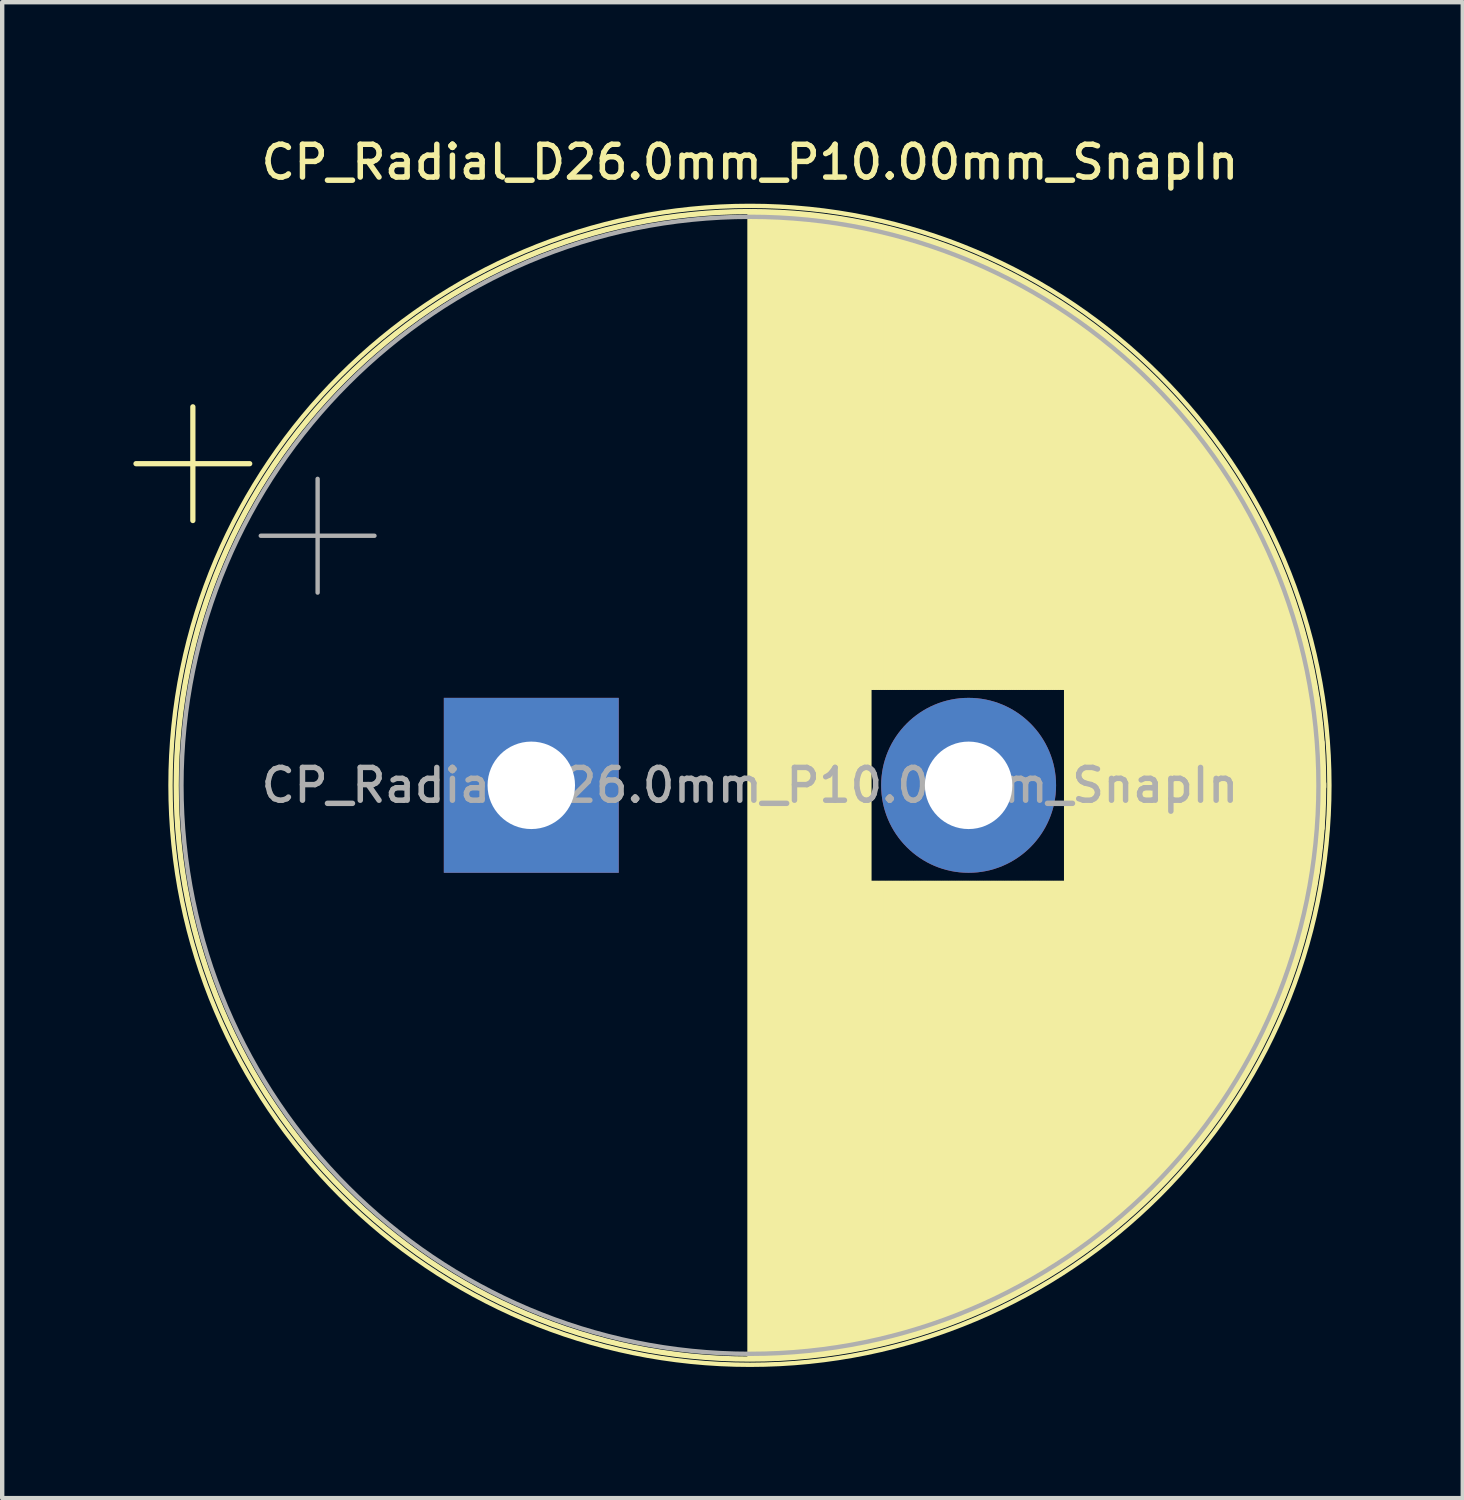
<source format=kicad_pcb>
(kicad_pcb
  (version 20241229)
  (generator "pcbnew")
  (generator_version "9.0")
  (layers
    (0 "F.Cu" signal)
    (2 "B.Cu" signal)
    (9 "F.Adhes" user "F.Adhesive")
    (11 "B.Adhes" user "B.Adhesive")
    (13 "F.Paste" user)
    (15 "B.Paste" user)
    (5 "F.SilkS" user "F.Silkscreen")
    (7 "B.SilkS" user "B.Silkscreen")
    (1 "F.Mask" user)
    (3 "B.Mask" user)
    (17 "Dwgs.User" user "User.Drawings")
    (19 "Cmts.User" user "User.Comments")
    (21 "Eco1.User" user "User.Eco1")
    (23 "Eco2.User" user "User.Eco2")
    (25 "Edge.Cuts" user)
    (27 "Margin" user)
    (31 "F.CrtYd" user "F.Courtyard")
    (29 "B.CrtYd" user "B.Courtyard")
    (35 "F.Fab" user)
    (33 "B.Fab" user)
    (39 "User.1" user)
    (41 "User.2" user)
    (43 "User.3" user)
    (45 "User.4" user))
  (footprint "CP_Radial_D26.0mm_P10.00mm_SnapIn"
    (layer "F.Cu")
    (at 9.099 14.908)
    (property "Reference" "CP_Radial_D26.0mm_P10.00mm_SnapIn" (at 5 -14.25 0) (layer "F.SilkS") (effects (font (size 0.75 0.75) (thickness 0.125))))
    (attr through_hole)
    (fp_line (start -9.039 -7.355) (end -6.439 -7.355) (stroke (width 0.12) (type solid)) (layer "F.SilkS"))
    (fp_line (start -7.739 -8.655) (end -7.739 -6.055) (stroke (width 0.12) (type solid)) (layer "F.SilkS"))
    (fp_line (start 5 -13.081) (end 5 13.081) (stroke (width 0.12) (type solid)) (layer "F.SilkS"))
    (fp_line (start 5.04 -13.08) (end 5.04 13.08) (stroke (width 0.12) (type solid)) (layer "F.SilkS"))
    (fp_line (start 5.08 -13.08) (end 5.08 13.08) (stroke (width 0.12) (type solid)) (layer "F.SilkS"))
    (fp_line (start 5.12 -13.08) (end 5.12 13.08) (stroke (width 0.12) (type solid)) (layer "F.SilkS"))
    (fp_line (start 5.16 -13.08) (end 5.16 13.08) (stroke (width 0.12) (type solid)) (layer "F.SilkS"))
    (fp_line (start 5.2 -13.079) (end 5.2 13.079) (stroke (width 0.12) (type solid)) (layer "F.SilkS"))
    (fp_line (start 5.24 -13.078) (end 5.24 13.078) (stroke (width 0.12) (type solid)) (layer "F.SilkS"))
    (fp_line (start 5.28 -13.078) (end 5.28 13.078) (stroke (width 0.12) (type solid)) (layer "F.SilkS"))
    (fp_line (start 5.32 -13.077) (end 5.32 13.077) (stroke (width 0.12) (type solid)) (layer "F.SilkS"))
    (fp_line (start 5.36 -13.076) (end 5.36 13.076) (stroke (width 0.12) (type solid)) (layer "F.SilkS"))
    (fp_line (start 5.4 -13.074) (end 5.4 13.074) (stroke (width 0.12) (type solid)) (layer "F.SilkS"))
    (fp_line (start 5.44 -13.073) (end 5.44 13.073) (stroke (width 0.12) (type solid)) (layer "F.SilkS"))
    (fp_line (start 5.48 -13.072) (end 5.48 13.072) (stroke (width 0.12) (type solid)) (layer "F.SilkS"))
    (fp_line (start 5.52 -13.07) (end 5.52 13.07) (stroke (width 0.12) (type solid)) (layer "F.SilkS"))
    (fp_line (start 5.56 -13.069) (end 5.56 13.069) (stroke (width 0.12) (type solid)) (layer "F.SilkS"))
    (fp_line (start 5.6 -13.067) (end 5.6 13.067) (stroke (width 0.12) (type solid)) (layer "F.SilkS"))
    (fp_line (start 5.64 -13.065) (end 5.64 13.065) (stroke (width 0.12) (type solid)) (layer "F.SilkS"))
    (fp_line (start 5.68 -13.063) (end 5.68 13.063) (stroke (width 0.12) (type solid)) (layer "F.SilkS"))
    (fp_line (start 5.721 -13.061) (end 5.721 13.061) (stroke (width 0.12) (type solid)) (layer "F.SilkS"))
    (fp_line (start 5.761 -13.058) (end 5.761 13.058) (stroke (width 0.12) (type solid)) (layer "F.SilkS"))
    (fp_line (start 5.801 -13.056) (end 5.801 13.056) (stroke (width 0.12) (type solid)) (layer "F.SilkS"))
    (fp_line (start 5.841 -13.054) (end 5.841 13.054) (stroke (width 0.12) (type solid)) (layer "F.SilkS"))
    (fp_line (start 5.881 -13.051) (end 5.881 13.051) (stroke (width 0.12) (type solid)) (layer "F.SilkS"))
    (fp_line (start 5.921 -13.048) (end 5.921 13.048) (stroke (width 0.12) (type solid)) (layer "F.SilkS"))
    (fp_line (start 5.961 -13.045) (end 5.961 13.045) (stroke (width 0.12) (type solid)) (layer "F.SilkS"))
    (fp_line (start 6.001 -13.042) (end 6.001 13.042) (stroke (width 0.12) (type solid)) (layer "F.SilkS"))
    (fp_line (start 6.041 -13.039) (end 6.041 13.039) (stroke (width 0.12) (type solid)) (layer "F.SilkS"))
    (fp_line (start 6.081 -13.036) (end 6.081 13.036) (stroke (width 0.12) (type solid)) (layer "F.SilkS"))
    (fp_line (start 6.121 -13.033) (end 6.121 13.033) (stroke (width 0.12) (type solid)) (layer "F.SilkS"))
    (fp_line (start 6.161 -13.029) (end 6.161 13.029) (stroke (width 0.12) (type solid)) (layer "F.SilkS"))
    (fp_line (start 6.201 -13.026) (end 6.201 13.026) (stroke (width 0.12) (type solid)) (layer "F.SilkS"))
    (fp_line (start 6.241 -13.022) (end 6.241 13.022) (stroke (width 0.12) (type solid)) (layer "F.SilkS"))
    (fp_line (start 6.281 -13.018) (end 6.281 13.018) (stroke (width 0.12) (type solid)) (layer "F.SilkS"))
    (fp_line (start 6.321 -13.014) (end 6.321 13.014) (stroke (width 0.12) (type solid)) (layer "F.SilkS"))
    (fp_line (start 6.361 -13.01) (end 6.361 13.01) (stroke (width 0.12) (type solid)) (layer "F.SilkS"))
    (fp_line (start 6.401 -13.006) (end 6.401 13.006) (stroke (width 0.12) (type solid)) (layer "F.SilkS"))
    (fp_line (start 6.441 -13.001) (end 6.441 13.001) (stroke (width 0.12) (type solid)) (layer "F.SilkS"))
    (fp_line (start 6.481 -12.997) (end 6.481 12.997) (stroke (width 0.12) (type solid)) (layer "F.SilkS"))
    (fp_line (start 6.521 -12.992) (end 6.521 12.992) (stroke (width 0.12) (type solid)) (layer "F.SilkS"))
    (fp_line (start 6.561 -12.987) (end 6.561 12.987) (stroke (width 0.12) (type solid)) (layer "F.SilkS"))
    (fp_line (start 6.601 -12.983) (end 6.601 12.983) (stroke (width 0.12) (type solid)) (layer "F.SilkS"))
    (fp_line (start 6.641 -12.978) (end 6.641 12.978) (stroke (width 0.12) (type solid)) (layer "F.SilkS"))
    (fp_line (start 6.681 -12.972) (end 6.681 12.972) (stroke (width 0.12) (type solid)) (layer "F.SilkS"))
    (fp_line (start 6.721 -12.967) (end 6.721 12.967) (stroke (width 0.12) (type solid)) (layer "F.SilkS"))
    (fp_line (start 6.761 -12.962) (end 6.761 12.962) (stroke (width 0.12) (type solid)) (layer "F.SilkS"))
    (fp_line (start 6.801 -12.956) (end 6.801 12.956) (stroke (width 0.12) (type solid)) (layer "F.SilkS"))
    (fp_line (start 6.841 -12.951) (end 6.841 12.951) (stroke (width 0.12) (type solid)) (layer "F.SilkS"))
    (fp_line (start 6.881 -12.945) (end 6.881 12.945) (stroke (width 0.12) (type solid)) (layer "F.SilkS"))
    (fp_line (start 6.921 -12.939) (end 6.921 12.939) (stroke (width 0.12) (type solid)) (layer "F.SilkS"))
    (fp_line (start 6.961 -12.933) (end 6.961 12.933) (stroke (width 0.12) (type solid)) (layer "F.SilkS"))
    (fp_line (start 7.001 -12.927) (end 7.001 12.927) (stroke (width 0.12) (type solid)) (layer "F.SilkS"))
    (fp_line (start 7.041 -12.921) (end 7.041 12.921) (stroke (width 0.12) (type solid)) (layer "F.SilkS"))
    (fp_line (start 7.081 -12.915) (end 7.081 12.915) (stroke (width 0.12) (type solid)) (layer "F.SilkS"))
    (fp_line (start 7.121 -12.908) (end 7.121 12.908) (stroke (width 0.12) (type solid)) (layer "F.SilkS"))
    (fp_line (start 7.161 -12.901) (end 7.161 12.901) (stroke (width 0.12) (type solid)) (layer "F.SilkS"))
    (fp_line (start 7.201 -12.895) (end 7.201 12.895) (stroke (width 0.12) (type solid)) (layer "F.SilkS"))
    (fp_line (start 7.241 -12.888) (end 7.241 12.888) (stroke (width 0.12) (type solid)) (layer "F.SilkS"))
    (fp_line (start 7.281 -12.881) (end 7.281 12.881) (stroke (width 0.12) (type solid)) (layer "F.SilkS"))
    (fp_line (start 7.321 -12.874) (end 7.321 12.874) (stroke (width 0.12) (type solid)) (layer "F.SilkS"))
    (fp_line (start 7.361 -12.866) (end 7.361 12.866) (stroke (width 0.12) (type solid)) (layer "F.SilkS"))
    (fp_line (start 7.401 -12.859) (end 7.401 12.859) (stroke (width 0.12) (type solid)) (layer "F.SilkS"))
    (fp_line (start 7.441 -12.852) (end 7.441 12.852) (stroke (width 0.12) (type solid)) (layer "F.SilkS"))
    (fp_line (start 7.481 -12.844) (end 7.481 12.844) (stroke (width 0.12) (type solid)) (layer "F.SilkS"))
    (fp_line (start 7.521 -12.836) (end 7.521 12.836) (stroke (width 0.12) (type solid)) (layer "F.SilkS"))
    (fp_line (start 7.561 -12.828) (end 7.561 12.828) (stroke (width 0.12) (type solid)) (layer "F.SilkS"))
    (fp_line (start 7.601 -12.82) (end 7.601 12.82) (stroke (width 0.12) (type solid)) (layer "F.SilkS"))
    (fp_line (start 7.641 -12.812) (end 7.641 12.812) (stroke (width 0.12) (type solid)) (layer "F.SilkS"))
    (fp_line (start 7.681 -12.804) (end 7.681 12.804) (stroke (width 0.12) (type solid)) (layer "F.SilkS"))
    (fp_line (start 7.721 -12.795) (end 7.721 12.795) (stroke (width 0.12) (type solid)) (layer "F.SilkS"))
    (fp_line (start 7.761 -12.787) (end 7.761 -2.24) (stroke (width 0.12) (type solid)) (layer "F.SilkS"))
    (fp_line (start 7.761 2.24) (end 7.761 12.787) (stroke (width 0.12) (type solid)) (layer "F.SilkS"))
    (fp_line (start 7.801 -12.778) (end 7.801 -2.24) (stroke (width 0.12) (type solid)) (layer "F.SilkS"))
    (fp_line (start 7.801 2.24) (end 7.801 12.778) (stroke (width 0.12) (type solid)) (layer "F.SilkS"))
    (fp_line (start 7.841 -12.769) (end 7.841 -2.24) (stroke (width 0.12) (type solid)) (layer "F.SilkS"))
    (fp_line (start 7.841 2.24) (end 7.841 12.769) (stroke (width 0.12) (type solid)) (layer "F.SilkS"))
    (fp_line (start 7.881 -12.761) (end 7.881 -2.24) (stroke (width 0.12) (type solid)) (layer "F.SilkS"))
    (fp_line (start 7.881 2.24) (end 7.881 12.761) (stroke (width 0.12) (type solid)) (layer "F.SilkS"))
    (fp_line (start 7.921 -12.751) (end 7.921 -2.24) (stroke (width 0.12) (type solid)) (layer "F.SilkS"))
    (fp_line (start 7.921 2.24) (end 7.921 12.751) (stroke (width 0.12) (type solid)) (layer "F.SilkS"))
    (fp_line (start 7.961 -12.742) (end 7.961 -2.24) (stroke (width 0.12) (type solid)) (layer "F.SilkS"))
    (fp_line (start 7.961 2.24) (end 7.961 12.742) (stroke (width 0.12) (type solid)) (layer "F.SilkS"))
    (fp_line (start 8.001 -12.733) (end 8.001 -2.24) (stroke (width 0.12) (type solid)) (layer "F.SilkS"))
    (fp_line (start 8.001 2.24) (end 8.001 12.733) (stroke (width 0.12) (type solid)) (layer "F.SilkS"))
    (fp_line (start 8.041 -12.723) (end 8.041 -2.24) (stroke (width 0.12) (type solid)) (layer "F.SilkS"))
    (fp_line (start 8.041 2.24) (end 8.041 12.723) (stroke (width 0.12) (type solid)) (layer "F.SilkS"))
    (fp_line (start 8.081 -12.714) (end 8.081 -2.24) (stroke (width 0.12) (type solid)) (layer "F.SilkS"))
    (fp_line (start 8.081 2.24) (end 8.081 12.714) (stroke (width 0.12) (type solid)) (layer "F.SilkS"))
    (fp_line (start 8.121 -12.704) (end 8.121 -2.24) (stroke (width 0.12) (type solid)) (layer "F.SilkS"))
    (fp_line (start 8.121 2.24) (end 8.121 12.704) (stroke (width 0.12) (type solid)) (layer "F.SilkS"))
    (fp_line (start 8.161 -12.694) (end 8.161 -2.24) (stroke (width 0.12) (type solid)) (layer "F.SilkS"))
    (fp_line (start 8.161 2.24) (end 8.161 12.694) (stroke (width 0.12) (type solid)) (layer "F.SilkS"))
    (fp_line (start 8.201 -12.684) (end 8.201 -2.24) (stroke (width 0.12) (type solid)) (layer "F.SilkS"))
    (fp_line (start 8.201 2.24) (end 8.201 12.684) (stroke (width 0.12) (type solid)) (layer "F.SilkS"))
    (fp_line (start 8.241 -12.674) (end 8.241 -2.24) (stroke (width 0.12) (type solid)) (layer "F.SilkS"))
    (fp_line (start 8.241 2.24) (end 8.241 12.674) (stroke (width 0.12) (type solid)) (layer "F.SilkS"))
    (fp_line (start 8.281 -12.664) (end 8.281 -2.24) (stroke (width 0.12) (type solid)) (layer "F.SilkS"))
    (fp_line (start 8.281 2.24) (end 8.281 12.664) (stroke (width 0.12) (type solid)) (layer "F.SilkS"))
    (fp_line (start 8.321 -12.653) (end 8.321 -2.24) (stroke (width 0.12) (type solid)) (layer "F.SilkS"))
    (fp_line (start 8.321 2.24) (end 8.321 12.653) (stroke (width 0.12) (type solid)) (layer "F.SilkS"))
    (fp_line (start 8.361 -12.643) (end 8.361 -2.24) (stroke (width 0.12) (type solid)) (layer "F.SilkS"))
    (fp_line (start 8.361 2.24) (end 8.361 12.643) (stroke (width 0.12) (type solid)) (layer "F.SilkS"))
    (fp_line (start 8.401 -12.632) (end 8.401 -2.24) (stroke (width 0.12) (type solid)) (layer "F.SilkS"))
    (fp_line (start 8.401 2.24) (end 8.401 12.632) (stroke (width 0.12) (type solid)) (layer "F.SilkS"))
    (fp_line (start 8.441 -12.621) (end 8.441 -2.24) (stroke (width 0.12) (type solid)) (layer "F.SilkS"))
    (fp_line (start 8.441 2.24) (end 8.441 12.621) (stroke (width 0.12) (type solid)) (layer "F.SilkS"))
    (fp_line (start 8.481 -12.611) (end 8.481 -2.24) (stroke (width 0.12) (type solid)) (layer "F.SilkS"))
    (fp_line (start 8.481 2.24) (end 8.481 12.611) (stroke (width 0.12) (type solid)) (layer "F.SilkS"))
    (fp_line (start 8.521 -12.599) (end 8.521 -2.24) (stroke (width 0.12) (type solid)) (layer "F.SilkS"))
    (fp_line (start 8.521 2.24) (end 8.521 12.599) (stroke (width 0.12) (type solid)) (layer "F.SilkS"))
    (fp_line (start 8.561 -12.588) (end 8.561 -2.24) (stroke (width 0.12) (type solid)) (layer "F.SilkS"))
    (fp_line (start 8.561 2.24) (end 8.561 12.588) (stroke (width 0.12) (type solid)) (layer "F.SilkS"))
    (fp_line (start 8.601 -12.577) (end 8.601 -2.24) (stroke (width 0.12) (type solid)) (layer "F.SilkS"))
    (fp_line (start 8.601 2.24) (end 8.601 12.577) (stroke (width 0.12) (type solid)) (layer "F.SilkS"))
    (fp_line (start 8.641 -12.565) (end 8.641 -2.24) (stroke (width 0.12) (type solid)) (layer "F.SilkS"))
    (fp_line (start 8.641 2.24) (end 8.641 12.565) (stroke (width 0.12) (type solid)) (layer "F.SilkS"))
    (fp_line (start 8.681 -12.554) (end 8.681 -2.24) (stroke (width 0.12) (type solid)) (layer "F.SilkS"))
    (fp_line (start 8.681 2.24) (end 8.681 12.554) (stroke (width 0.12) (type solid)) (layer "F.SilkS"))
    (fp_line (start 8.721 -12.542) (end 8.721 -2.24) (stroke (width 0.12) (type solid)) (layer "F.SilkS"))
    (fp_line (start 8.721 2.24) (end 8.721 12.542) (stroke (width 0.12) (type solid)) (layer "F.SilkS"))
    (fp_line (start 8.761 -12.53) (end 8.761 -2.24) (stroke (width 0.12) (type solid)) (layer "F.SilkS"))
    (fp_line (start 8.761 2.24) (end 8.761 12.53) (stroke (width 0.12) (type solid)) (layer "F.SilkS"))
    (fp_line (start 8.801 -12.518) (end 8.801 -2.24) (stroke (width 0.12) (type solid)) (layer "F.SilkS"))
    (fp_line (start 8.801 2.24) (end 8.801 12.518) (stroke (width 0.12) (type solid)) (layer "F.SilkS"))
    (fp_line (start 8.841 -12.506) (end 8.841 -2.24) (stroke (width 0.12) (type solid)) (layer "F.SilkS"))
    (fp_line (start 8.841 2.24) (end 8.841 12.506) (stroke (width 0.12) (type solid)) (layer "F.SilkS"))
    (fp_line (start 8.881 -12.494) (end 8.881 -2.24) (stroke (width 0.12) (type solid)) (layer "F.SilkS"))
    (fp_line (start 8.881 2.24) (end 8.881 12.494) (stroke (width 0.12) (type solid)) (layer "F.SilkS"))
    (fp_line (start 8.921 -12.481) (end 8.921 -2.24) (stroke (width 0.12) (type solid)) (layer "F.SilkS"))
    (fp_line (start 8.921 2.24) (end 8.921 12.481) (stroke (width 0.12) (type solid)) (layer "F.SilkS"))
    (fp_line (start 8.961 -12.469) (end 8.961 -2.24) (stroke (width 0.12) (type solid)) (layer "F.SilkS"))
    (fp_line (start 8.961 2.24) (end 8.961 12.469) (stroke (width 0.12) (type solid)) (layer "F.SilkS"))
    (fp_line (start 9.001 -12.456) (end 9.001 -2.24) (stroke (width 0.12) (type solid)) (layer "F.SilkS"))
    (fp_line (start 9.001 2.24) (end 9.001 12.456) (stroke (width 0.12) (type solid)) (layer "F.SilkS"))
    (fp_line (start 9.041 -12.443) (end 9.041 -2.24) (stroke (width 0.12) (type solid)) (layer "F.SilkS"))
    (fp_line (start 9.041 2.24) (end 9.041 12.443) (stroke (width 0.12) (type solid)) (layer "F.SilkS"))
    (fp_line (start 9.081 -12.43) (end 9.081 -2.24) (stroke (width 0.12) (type solid)) (layer "F.SilkS"))
    (fp_line (start 9.081 2.24) (end 9.081 12.43) (stroke (width 0.12) (type solid)) (layer "F.SilkS"))
    (fp_line (start 9.121 -12.417) (end 9.121 -2.24) (stroke (width 0.12) (type solid)) (layer "F.SilkS"))
    (fp_line (start 9.121 2.24) (end 9.121 12.417) (stroke (width 0.12) (type solid)) (layer "F.SilkS"))
    (fp_line (start 9.161 -12.404) (end 9.161 -2.24) (stroke (width 0.12) (type solid)) (layer "F.SilkS"))
    (fp_line (start 9.161 2.24) (end 9.161 12.404) (stroke (width 0.12) (type solid)) (layer "F.SilkS"))
    (fp_line (start 9.201 -12.39) (end 9.201 -2.24) (stroke (width 0.12) (type solid)) (layer "F.SilkS"))
    (fp_line (start 9.201 2.24) (end 9.201 12.39) (stroke (width 0.12) (type solid)) (layer "F.SilkS"))
    (fp_line (start 9.241 -12.376) (end 9.241 -2.24) (stroke (width 0.12) (type solid)) (layer "F.SilkS"))
    (fp_line (start 9.241 2.24) (end 9.241 12.376) (stroke (width 0.12) (type solid)) (layer "F.SilkS"))
    (fp_line (start 9.281 -12.363) (end 9.281 -2.24) (stroke (width 0.12) (type solid)) (layer "F.SilkS"))
    (fp_line (start 9.281 2.24) (end 9.281 12.363) (stroke (width 0.12) (type solid)) (layer "F.SilkS"))
    (fp_line (start 9.321 -12.349) (end 9.321 -2.24) (stroke (width 0.12) (type solid)) (layer "F.SilkS"))
    (fp_line (start 9.321 2.24) (end 9.321 12.349) (stroke (width 0.12) (type solid)) (layer "F.SilkS"))
    (fp_line (start 9.361 -12.335) (end 9.361 -2.24) (stroke (width 0.12) (type solid)) (layer "F.SilkS"))
    (fp_line (start 9.361 2.24) (end 9.361 12.335) (stroke (width 0.12) (type solid)) (layer "F.SilkS"))
    (fp_line (start 9.401 -12.321) (end 9.401 -2.24) (stroke (width 0.12) (type solid)) (layer "F.SilkS"))
    (fp_line (start 9.401 2.24) (end 9.401 12.321) (stroke (width 0.12) (type solid)) (layer "F.SilkS"))
    (fp_line (start 9.441 -12.306) (end 9.441 -2.24) (stroke (width 0.12) (type solid)) (layer "F.SilkS"))
    (fp_line (start 9.441 2.24) (end 9.441 12.306) (stroke (width 0.12) (type solid)) (layer "F.SilkS"))
    (fp_line (start 9.481 -12.292) (end 9.481 -2.24) (stroke (width 0.12) (type solid)) (layer "F.SilkS"))
    (fp_line (start 9.481 2.24) (end 9.481 12.292) (stroke (width 0.12) (type solid)) (layer "F.SilkS"))
    (fp_line (start 9.521 -12.277) (end 9.521 -2.24) (stroke (width 0.12) (type solid)) (layer "F.SilkS"))
    (fp_line (start 9.521 2.24) (end 9.521 12.277) (stroke (width 0.12) (type solid)) (layer "F.SilkS"))
    (fp_line (start 9.561 -12.263) (end 9.561 -2.24) (stroke (width 0.12) (type solid)) (layer "F.SilkS"))
    (fp_line (start 9.561 2.24) (end 9.561 12.263) (stroke (width 0.12) (type solid)) (layer "F.SilkS"))
    (fp_line (start 9.601 -12.248) (end 9.601 -2.24) (stroke (width 0.12) (type solid)) (layer "F.SilkS"))
    (fp_line (start 9.601 2.24) (end 9.601 12.248) (stroke (width 0.12) (type solid)) (layer "F.SilkS"))
    (fp_line (start 9.641 -12.233) (end 9.641 -2.24) (stroke (width 0.12) (type solid)) (layer "F.SilkS"))
    (fp_line (start 9.641 2.24) (end 9.641 12.233) (stroke (width 0.12) (type solid)) (layer "F.SilkS"))
    (fp_line (start 9.681 -12.217) (end 9.681 -2.24) (stroke (width 0.12) (type solid)) (layer "F.SilkS"))
    (fp_line (start 9.681 2.24) (end 9.681 12.217) (stroke (width 0.12) (type solid)) (layer "F.SilkS"))
    (fp_line (start 9.721 -12.202) (end 9.721 -2.24) (stroke (width 0.12) (type solid)) (layer "F.SilkS"))
    (fp_line (start 9.721 2.24) (end 9.721 12.202) (stroke (width 0.12) (type solid)) (layer "F.SilkS"))
    (fp_line (start 9.761 -12.187) (end 9.761 -2.24) (stroke (width 0.12) (type solid)) (layer "F.SilkS"))
    (fp_line (start 9.761 2.24) (end 9.761 12.187) (stroke (width 0.12) (type solid)) (layer "F.SilkS"))
    (fp_line (start 9.801 -12.171) (end 9.801 -2.24) (stroke (width 0.12) (type solid)) (layer "F.SilkS"))
    (fp_line (start 9.801 2.24) (end 9.801 12.171) (stroke (width 0.12) (type solid)) (layer "F.SilkS"))
    (fp_line (start 9.841 -12.155) (end 9.841 -2.24) (stroke (width 0.12) (type solid)) (layer "F.SilkS"))
    (fp_line (start 9.841 2.24) (end 9.841 12.155) (stroke (width 0.12) (type solid)) (layer "F.SilkS"))
    (fp_line (start 9.881 -12.139) (end 9.881 -2.24) (stroke (width 0.12) (type solid)) (layer "F.SilkS"))
    (fp_line (start 9.881 2.24) (end 9.881 12.139) (stroke (width 0.12) (type solid)) (layer "F.SilkS"))
    (fp_line (start 9.921 -12.123) (end 9.921 -2.24) (stroke (width 0.12) (type solid)) (layer "F.SilkS"))
    (fp_line (start 9.921 2.24) (end 9.921 12.123) (stroke (width 0.12) (type solid)) (layer "F.SilkS"))
    (fp_line (start 9.961 -12.107) (end 9.961 -2.24) (stroke (width 0.12) (type solid)) (layer "F.SilkS"))
    (fp_line (start 9.961 2.24) (end 9.961 12.107) (stroke (width 0.12) (type solid)) (layer "F.SilkS"))
    (fp_line (start 10.001 -12.09) (end 10.001 -2.24) (stroke (width 0.12) (type solid)) (layer "F.SilkS"))
    (fp_line (start 10.001 2.24) (end 10.001 12.09) (stroke (width 0.12) (type solid)) (layer "F.SilkS"))
    (fp_line (start 10.041 -12.074) (end 10.041 -2.24) (stroke (width 0.12) (type solid)) (layer "F.SilkS"))
    (fp_line (start 10.041 2.24) (end 10.041 12.074) (stroke (width 0.12) (type solid)) (layer "F.SilkS"))
    (fp_line (start 10.081 -12.057) (end 10.081 -2.24) (stroke (width 0.12) (type solid)) (layer "F.SilkS"))
    (fp_line (start 10.081 2.24) (end 10.081 12.057) (stroke (width 0.12) (type solid)) (layer "F.SilkS"))
    (fp_line (start 10.121 -12.04) (end 10.121 -2.24) (stroke (width 0.12) (type solid)) (layer "F.SilkS"))
    (fp_line (start 10.121 2.24) (end 10.121 12.04) (stroke (width 0.12) (type solid)) (layer "F.SilkS"))
    (fp_line (start 10.161 -12.023) (end 10.161 -2.24) (stroke (width 0.12) (type solid)) (layer "F.SilkS"))
    (fp_line (start 10.161 2.24) (end 10.161 12.023) (stroke (width 0.12) (type solid)) (layer "F.SilkS"))
    (fp_line (start 10.201 -12.006) (end 10.201 -2.24) (stroke (width 0.12) (type solid)) (layer "F.SilkS"))
    (fp_line (start 10.201 2.24) (end 10.201 12.006) (stroke (width 0.12) (type solid)) (layer "F.SilkS"))
    (fp_line (start 10.241 -11.989) (end 10.241 -2.24) (stroke (width 0.12) (type solid)) (layer "F.SilkS"))
    (fp_line (start 10.241 2.24) (end 10.241 11.989) (stroke (width 0.12) (type solid)) (layer "F.SilkS"))
    (fp_line (start 10.281 -11.971) (end 10.281 -2.24) (stroke (width 0.12) (type solid)) (layer "F.SilkS"))
    (fp_line (start 10.281 2.24) (end 10.281 11.971) (stroke (width 0.12) (type solid)) (layer "F.SilkS"))
    (fp_line (start 10.321 -11.953) (end 10.321 -2.24) (stroke (width 0.12) (type solid)) (layer "F.SilkS"))
    (fp_line (start 10.321 2.24) (end 10.321 11.953) (stroke (width 0.12) (type solid)) (layer "F.SilkS"))
    (fp_line (start 10.361 -11.936) (end 10.361 -2.24) (stroke (width 0.12) (type solid)) (layer "F.SilkS"))
    (fp_line (start 10.361 2.24) (end 10.361 11.936) (stroke (width 0.12) (type solid)) (layer "F.SilkS"))
    (fp_line (start 10.401 -11.918) (end 10.401 -2.24) (stroke (width 0.12) (type solid)) (layer "F.SilkS"))
    (fp_line (start 10.401 2.24) (end 10.401 11.918) (stroke (width 0.12) (type solid)) (layer "F.SilkS"))
    (fp_line (start 10.441 -11.9) (end 10.441 -2.24) (stroke (width 0.12) (type solid)) (layer "F.SilkS"))
    (fp_line (start 10.441 2.24) (end 10.441 11.9) (stroke (width 0.12) (type solid)) (layer "F.SilkS"))
    (fp_line (start 10.481 -11.881) (end 10.481 -2.24) (stroke (width 0.12) (type solid)) (layer "F.SilkS"))
    (fp_line (start 10.481 2.24) (end 10.481 11.881) (stroke (width 0.12) (type solid)) (layer "F.SilkS"))
    (fp_line (start 10.521 -11.863) (end 10.521 -2.24) (stroke (width 0.12) (type solid)) (layer "F.SilkS"))
    (fp_line (start 10.521 2.24) (end 10.521 11.863) (stroke (width 0.12) (type solid)) (layer "F.SilkS"))
    (fp_line (start 10.561 -11.844) (end 10.561 -2.24) (stroke (width 0.12) (type solid)) (layer "F.SilkS"))
    (fp_line (start 10.561 2.24) (end 10.561 11.844) (stroke (width 0.12) (type solid)) (layer "F.SilkS"))
    (fp_line (start 10.601 -11.825) (end 10.601 -2.24) (stroke (width 0.12) (type solid)) (layer "F.SilkS"))
    (fp_line (start 10.601 2.24) (end 10.601 11.825) (stroke (width 0.12) (type solid)) (layer "F.SilkS"))
    (fp_line (start 10.641 -11.806) (end 10.641 -2.24) (stroke (width 0.12) (type solid)) (layer "F.SilkS"))
    (fp_line (start 10.641 2.24) (end 10.641 11.806) (stroke (width 0.12) (type solid)) (layer "F.SilkS"))
    (fp_line (start 10.681 -11.787) (end 10.681 -2.24) (stroke (width 0.12) (type solid)) (layer "F.SilkS"))
    (fp_line (start 10.681 2.24) (end 10.681 11.787) (stroke (width 0.12) (type solid)) (layer "F.SilkS"))
    (fp_line (start 10.721 -11.768) (end 10.721 -2.24) (stroke (width 0.12) (type solid)) (layer "F.SilkS"))
    (fp_line (start 10.721 2.24) (end 10.721 11.768) (stroke (width 0.12) (type solid)) (layer "F.SilkS"))
    (fp_line (start 10.761 -11.748) (end 10.761 -2.24) (stroke (width 0.12) (type solid)) (layer "F.SilkS"))
    (fp_line (start 10.761 2.24) (end 10.761 11.748) (stroke (width 0.12) (type solid)) (layer "F.SilkS"))
    (fp_line (start 10.801 -11.729) (end 10.801 -2.24) (stroke (width 0.12) (type solid)) (layer "F.SilkS"))
    (fp_line (start 10.801 2.24) (end 10.801 11.729) (stroke (width 0.12) (type solid)) (layer "F.SilkS"))
    (fp_line (start 10.841 -11.709) (end 10.841 -2.24) (stroke (width 0.12) (type solid)) (layer "F.SilkS"))
    (fp_line (start 10.841 2.24) (end 10.841 11.709) (stroke (width 0.12) (type solid)) (layer "F.SilkS"))
    (fp_line (start 10.881 -11.689) (end 10.881 -2.24) (stroke (width 0.12) (type solid)) (layer "F.SilkS"))
    (fp_line (start 10.881 2.24) (end 10.881 11.689) (stroke (width 0.12) (type solid)) (layer "F.SilkS"))
    (fp_line (start 10.921 -11.669) (end 10.921 -2.24) (stroke (width 0.12) (type solid)) (layer "F.SilkS"))
    (fp_line (start 10.921 2.24) (end 10.921 11.669) (stroke (width 0.12) (type solid)) (layer "F.SilkS"))
    (fp_line (start 10.961 -11.649) (end 10.961 -2.24) (stroke (width 0.12) (type solid)) (layer "F.SilkS"))
    (fp_line (start 10.961 2.24) (end 10.961 11.649) (stroke (width 0.12) (type solid)) (layer "F.SilkS"))
    (fp_line (start 11.001 -11.628) (end 11.001 -2.24) (stroke (width 0.12) (type solid)) (layer "F.SilkS"))
    (fp_line (start 11.001 2.24) (end 11.001 11.628) (stroke (width 0.12) (type solid)) (layer "F.SilkS"))
    (fp_line (start 11.041 -11.608) (end 11.041 -2.24) (stroke (width 0.12) (type solid)) (layer "F.SilkS"))
    (fp_line (start 11.041 2.24) (end 11.041 11.608) (stroke (width 0.12) (type solid)) (layer "F.SilkS"))
    (fp_line (start 11.081 -11.587) (end 11.081 -2.24) (stroke (width 0.12) (type solid)) (layer "F.SilkS"))
    (fp_line (start 11.081 2.24) (end 11.081 11.587) (stroke (width 0.12) (type solid)) (layer "F.SilkS"))
    (fp_line (start 11.121 -11.566) (end 11.121 -2.24) (stroke (width 0.12) (type solid)) (layer "F.SilkS"))
    (fp_line (start 11.121 2.24) (end 11.121 11.566) (stroke (width 0.12) (type solid)) (layer "F.SilkS"))
    (fp_line (start 11.161 -11.544) (end 11.161 -2.24) (stroke (width 0.12) (type solid)) (layer "F.SilkS"))
    (fp_line (start 11.161 2.24) (end 11.161 11.544) (stroke (width 0.12) (type solid)) (layer "F.SilkS"))
    (fp_line (start 11.201 -11.523) (end 11.201 -2.24) (stroke (width 0.12) (type solid)) (layer "F.SilkS"))
    (fp_line (start 11.201 2.24) (end 11.201 11.523) (stroke (width 0.12) (type solid)) (layer "F.SilkS"))
    (fp_line (start 11.241 -11.502) (end 11.241 -2.24) (stroke (width 0.12) (type solid)) (layer "F.SilkS"))
    (fp_line (start 11.241 2.24) (end 11.241 11.502) (stroke (width 0.12) (type solid)) (layer "F.SilkS"))
    (fp_line (start 11.281 -11.48) (end 11.281 -2.24) (stroke (width 0.12) (type solid)) (layer "F.SilkS"))
    (fp_line (start 11.281 2.24) (end 11.281 11.48) (stroke (width 0.12) (type solid)) (layer "F.SilkS"))
    (fp_line (start 11.321 -11.458) (end 11.321 -2.24) (stroke (width 0.12) (type solid)) (layer "F.SilkS"))
    (fp_line (start 11.321 2.24) (end 11.321 11.458) (stroke (width 0.12) (type solid)) (layer "F.SilkS"))
    (fp_line (start 11.361 -11.436) (end 11.361 -2.24) (stroke (width 0.12) (type solid)) (layer "F.SilkS"))
    (fp_line (start 11.361 2.24) (end 11.361 11.436) (stroke (width 0.12) (type solid)) (layer "F.SilkS"))
    (fp_line (start 11.401 -11.414) (end 11.401 -2.24) (stroke (width 0.12) (type solid)) (layer "F.SilkS"))
    (fp_line (start 11.401 2.24) (end 11.401 11.414) (stroke (width 0.12) (type solid)) (layer "F.SilkS"))
    (fp_line (start 11.441 -11.391) (end 11.441 -2.24) (stroke (width 0.12) (type solid)) (layer "F.SilkS"))
    (fp_line (start 11.441 2.24) (end 11.441 11.391) (stroke (width 0.12) (type solid)) (layer "F.SilkS"))
    (fp_line (start 11.481 -11.369) (end 11.481 -2.24) (stroke (width 0.12) (type solid)) (layer "F.SilkS"))
    (fp_line (start 11.481 2.24) (end 11.481 11.369) (stroke (width 0.12) (type solid)) (layer "F.SilkS"))
    (fp_line (start 11.521 -11.346) (end 11.521 -2.24) (stroke (width 0.12) (type solid)) (layer "F.SilkS"))
    (fp_line (start 11.521 2.24) (end 11.521 11.346) (stroke (width 0.12) (type solid)) (layer "F.SilkS"))
    (fp_line (start 11.561 -11.323) (end 11.561 -2.24) (stroke (width 0.12) (type solid)) (layer "F.SilkS"))
    (fp_line (start 11.561 2.24) (end 11.561 11.323) (stroke (width 0.12) (type solid)) (layer "F.SilkS"))
    (fp_line (start 11.601 -11.3) (end 11.601 -2.24) (stroke (width 0.12) (type solid)) (layer "F.SilkS"))
    (fp_line (start 11.601 2.24) (end 11.601 11.3) (stroke (width 0.12) (type solid)) (layer "F.SilkS"))
    (fp_line (start 11.641 -11.276) (end 11.641 -2.24) (stroke (width 0.12) (type solid)) (layer "F.SilkS"))
    (fp_line (start 11.641 2.24) (end 11.641 11.276) (stroke (width 0.12) (type solid)) (layer "F.SilkS"))
    (fp_line (start 11.681 -11.253) (end 11.681 -2.24) (stroke (width 0.12) (type solid)) (layer "F.SilkS"))
    (fp_line (start 11.681 2.24) (end 11.681 11.253) (stroke (width 0.12) (type solid)) (layer "F.SilkS"))
    (fp_line (start 11.721 -11.229) (end 11.721 -2.24) (stroke (width 0.12) (type solid)) (layer "F.SilkS"))
    (fp_line (start 11.721 2.24) (end 11.721 11.229) (stroke (width 0.12) (type solid)) (layer "F.SilkS"))
    (fp_line (start 11.761 -11.205) (end 11.761 -2.24) (stroke (width 0.12) (type solid)) (layer "F.SilkS"))
    (fp_line (start 11.761 2.24) (end 11.761 11.205) (stroke (width 0.12) (type solid)) (layer "F.SilkS"))
    (fp_line (start 11.801 -11.181) (end 11.801 -2.24) (stroke (width 0.12) (type solid)) (layer "F.SilkS"))
    (fp_line (start 11.801 2.24) (end 11.801 11.181) (stroke (width 0.12) (type solid)) (layer "F.SilkS"))
    (fp_line (start 11.841 -11.156) (end 11.841 -2.24) (stroke (width 0.12) (type solid)) (layer "F.SilkS"))
    (fp_line (start 11.841 2.24) (end 11.841 11.156) (stroke (width 0.12) (type solid)) (layer "F.SilkS"))
    (fp_line (start 11.881 -11.132) (end 11.881 -2.24) (stroke (width 0.12) (type solid)) (layer "F.SilkS"))
    (fp_line (start 11.881 2.24) (end 11.881 11.132) (stroke (width 0.12) (type solid)) (layer "F.SilkS"))
    (fp_line (start 11.921 -11.107) (end 11.921 -2.24) (stroke (width 0.12) (type solid)) (layer "F.SilkS"))
    (fp_line (start 11.921 2.24) (end 11.921 11.107) (stroke (width 0.12) (type solid)) (layer "F.SilkS"))
    (fp_line (start 11.961 -11.082) (end 11.961 -2.24) (stroke (width 0.12) (type solid)) (layer "F.SilkS"))
    (fp_line (start 11.961 2.24) (end 11.961 11.082) (stroke (width 0.12) (type solid)) (layer "F.SilkS"))
    (fp_line (start 12.001 -11.057) (end 12.001 -2.24) (stroke (width 0.12) (type solid)) (layer "F.SilkS"))
    (fp_line (start 12.001 2.24) (end 12.001 11.057) (stroke (width 0.12) (type solid)) (layer "F.SilkS"))
    (fp_line (start 12.041 -11.032) (end 12.041 -2.24) (stroke (width 0.12) (type solid)) (layer "F.SilkS"))
    (fp_line (start 12.041 2.24) (end 12.041 11.032) (stroke (width 0.12) (type solid)) (layer "F.SilkS"))
    (fp_line (start 12.081 -11.006) (end 12.081 -2.24) (stroke (width 0.12) (type solid)) (layer "F.SilkS"))
    (fp_line (start 12.081 2.24) (end 12.081 11.006) (stroke (width 0.12) (type solid)) (layer "F.SilkS"))
    (fp_line (start 12.121 -10.98) (end 12.121 -2.24) (stroke (width 0.12) (type solid)) (layer "F.SilkS"))
    (fp_line (start 12.121 2.24) (end 12.121 10.98) (stroke (width 0.12) (type solid)) (layer "F.SilkS"))
    (fp_line (start 12.161 -10.955) (end 12.161 -2.24) (stroke (width 0.12) (type solid)) (layer "F.SilkS"))
    (fp_line (start 12.161 2.24) (end 12.161 10.955) (stroke (width 0.12) (type solid)) (layer "F.SilkS"))
    (fp_line (start 12.201 -10.928) (end 12.201 -2.24) (stroke (width 0.12) (type solid)) (layer "F.SilkS"))
    (fp_line (start 12.201 2.24) (end 12.201 10.928) (stroke (width 0.12) (type solid)) (layer "F.SilkS"))
    (fp_line (start 12.241 -10.902) (end 12.241 10.902) (stroke (width 0.12) (type solid)) (layer "F.SilkS"))
    (fp_line (start 12.281 -10.875) (end 12.281 10.875) (stroke (width 0.12) (type solid)) (layer "F.SilkS"))
    (fp_line (start 12.321 -10.849) (end 12.321 10.849) (stroke (width 0.12) (type solid)) (layer "F.SilkS"))
    (fp_line (start 12.361 -10.822) (end 12.361 10.822) (stroke (width 0.12) (type solid)) (layer "F.SilkS"))
    (fp_line (start 12.401 -10.794) (end 12.401 10.794) (stroke (width 0.12) (type solid)) (layer "F.SilkS"))
    (fp_line (start 12.441 -10.767) (end 12.441 10.767) (stroke (width 0.12) (type solid)) (layer "F.SilkS"))
    (fp_line (start 12.481 -10.739) (end 12.481 10.739) (stroke (width 0.12) (type solid)) (layer "F.SilkS"))
    (fp_line (start 12.521 -10.711) (end 12.521 10.711) (stroke (width 0.12) (type solid)) (layer "F.SilkS"))
    (fp_line (start 12.561 -10.683) (end 12.561 10.683) (stroke (width 0.12) (type solid)) (layer "F.SilkS"))
    (fp_line (start 12.601 -10.655) (end 12.601 10.655) (stroke (width 0.12) (type solid)) (layer "F.SilkS"))
    (fp_line (start 12.641 -10.627) (end 12.641 10.627) (stroke (width 0.12) (type solid)) (layer "F.SilkS"))
    (fp_line (start 12.681 -10.598) (end 12.681 10.598) (stroke (width 0.12) (type solid)) (layer "F.SilkS"))
    (fp_line (start 12.721 -10.569) (end 12.721 10.569) (stroke (width 0.12) (type solid)) (layer "F.SilkS"))
    (fp_line (start 12.761 -10.54) (end 12.761 10.54) (stroke (width 0.12) (type solid)) (layer "F.SilkS"))
    (fp_line (start 12.801 -10.51) (end 12.801 10.51) (stroke (width 0.12) (type solid)) (layer "F.SilkS"))
    (fp_line (start 12.841 -10.48) (end 12.841 10.48) (stroke (width 0.12) (type solid)) (layer "F.SilkS"))
    (fp_line (start 12.881 -10.45) (end 12.881 10.45) (stroke (width 0.12) (type solid)) (layer "F.SilkS"))
    (fp_line (start 12.921 -10.42) (end 12.921 10.42) (stroke (width 0.12) (type solid)) (layer "F.SilkS"))
    (fp_line (start 12.961 -10.39) (end 12.961 10.39) (stroke (width 0.12) (type solid)) (layer "F.SilkS"))
    (fp_line (start 13.001 -10.359) (end 13.001 10.359) (stroke (width 0.12) (type solid)) (layer "F.SilkS"))
    (fp_line (start 13.041 -10.328) (end 13.041 10.328) (stroke (width 0.12) (type solid)) (layer "F.SilkS"))
    (fp_line (start 13.081 -10.297) (end 13.081 10.297) (stroke (width 0.12) (type solid)) (layer "F.SilkS"))
    (fp_line (start 13.121 -10.266) (end 13.121 10.266) (stroke (width 0.12) (type solid)) (layer "F.SilkS"))
    (fp_line (start 13.161 -10.234) (end 13.161 10.234) (stroke (width 0.12) (type solid)) (layer "F.SilkS"))
    (fp_line (start 13.2 -10.202) (end 13.2 10.202) (stroke (width 0.12) (type solid)) (layer "F.SilkS"))
    (fp_line (start 13.24 -10.17) (end 13.24 10.17) (stroke (width 0.12) (type solid)) (layer "F.SilkS"))
    (fp_line (start 13.28 -10.138) (end 13.28 10.138) (stroke (width 0.12) (type solid)) (layer "F.SilkS"))
    (fp_line (start 13.32 -10.105) (end 13.32 10.105) (stroke (width 0.12) (type solid)) (layer "F.SilkS"))
    (fp_line (start 13.36 -10.072) (end 13.36 10.072) (stroke (width 0.12) (type solid)) (layer "F.SilkS"))
    (fp_line (start 13.4 -10.039) (end 13.4 10.039) (stroke (width 0.12) (type solid)) (layer "F.SilkS"))
    (fp_line (start 13.44 -10.005) (end 13.44 10.005) (stroke (width 0.12) (type solid)) (layer "F.SilkS"))
    (fp_line (start 13.48 -9.972) (end 13.48 9.972) (stroke (width 0.12) (type solid)) (layer "F.SilkS"))
    (fp_line (start 13.52 -9.938) (end 13.52 9.938) (stroke (width 0.12) (type solid)) (layer "F.SilkS"))
    (fp_line (start 13.56 -9.903) (end 13.56 9.903) (stroke (width 0.12) (type solid)) (layer "F.SilkS"))
    (fp_line (start 13.6 -9.869) (end 13.6 9.869) (stroke (width 0.12) (type solid)) (layer "F.SilkS"))
    (fp_line (start 13.64 -9.834) (end 13.64 9.834) (stroke (width 0.12) (type solid)) (layer "F.SilkS"))
    (fp_line (start 13.68 -9.799) (end 13.68 9.799) (stroke (width 0.12) (type solid)) (layer "F.SilkS"))
    (fp_line (start 13.72 -9.763) (end 13.72 9.763) (stroke (width 0.12) (type solid)) (layer "F.SilkS"))
    (fp_line (start 13.76 -9.728) (end 13.76 9.728) (stroke (width 0.12) (type solid)) (layer "F.SilkS"))
    (fp_line (start 13.8 -9.692) (end 13.8 9.692) (stroke (width 0.12) (type solid)) (layer "F.SilkS"))
    (fp_line (start 13.84 -9.655) (end 13.84 9.655) (stroke (width 0.12) (type solid)) (layer "F.SilkS"))
    (fp_line (start 13.88 -9.619) (end 13.88 9.619) (stroke (width 0.12) (type solid)) (layer "F.SilkS"))
    (fp_line (start 13.92 -9.582) (end 13.92 9.582) (stroke (width 0.12) (type solid)) (layer "F.SilkS"))
    (fp_line (start 13.96 -9.544) (end 13.96 9.544) (stroke (width 0.12) (type solid)) (layer "F.SilkS"))
    (fp_line (start 14 -9.507) (end 14 9.507) (stroke (width 0.12) (type solid)) (layer "F.SilkS"))
    (fp_line (start 14.04 -9.469) (end 14.04 9.469) (stroke (width 0.12) (type solid)) (layer "F.SilkS"))
    (fp_line (start 14.08 -9.431) (end 14.08 9.431) (stroke (width 0.12) (type solid)) (layer "F.SilkS"))
    (fp_line (start 14.12 -9.392) (end 14.12 9.392) (stroke (width 0.12) (type solid)) (layer "F.SilkS"))
    (fp_line (start 14.16 -9.354) (end 14.16 9.354) (stroke (width 0.12) (type solid)) (layer "F.SilkS"))
    (fp_line (start 14.2 -9.314) (end 14.2 9.314) (stroke (width 0.12) (type solid)) (layer "F.SilkS"))
    (fp_line (start 14.24 -9.275) (end 14.24 9.275) (stroke (width 0.12) (type solid)) (layer "F.SilkS"))
    (fp_line (start 14.28 -9.235) (end 14.28 9.235) (stroke (width 0.12) (type solid)) (layer "F.SilkS"))
    (fp_line (start 14.32 -9.195) (end 14.32 9.195) (stroke (width 0.12) (type solid)) (layer "F.SilkS"))
    (fp_line (start 14.36 -9.154) (end 14.36 9.154) (stroke (width 0.12) (type solid)) (layer "F.SilkS"))
    (fp_line (start 14.4 -9.113) (end 14.4 9.113) (stroke (width 0.12) (type solid)) (layer "F.SilkS"))
    (fp_line (start 14.44 -9.072) (end 14.44 9.072) (stroke (width 0.12) (type solid)) (layer "F.SilkS"))
    (fp_line (start 14.48 -9.03) (end 14.48 9.03) (stroke (width 0.12) (type solid)) (layer "F.SilkS"))
    (fp_line (start 14.52 -8.988) (end 14.52 8.988) (stroke (width 0.12) (type solid)) (layer "F.SilkS"))
    (fp_line (start 14.56 -8.946) (end 14.56 8.946) (stroke (width 0.12) (type solid)) (layer "F.SilkS"))
    (fp_line (start 14.6 -8.903) (end 14.6 8.903) (stroke (width 0.12) (type solid)) (layer "F.SilkS"))
    (fp_line (start 14.64 -8.86) (end 14.64 8.86) (stroke (width 0.12) (type solid)) (layer "F.SilkS"))
    (fp_line (start 14.68 -8.817) (end 14.68 8.817) (stroke (width 0.12) (type solid)) (layer "F.SilkS"))
    (fp_line (start 14.72 -8.773) (end 14.72 8.773) (stroke (width 0.12) (type solid)) (layer "F.SilkS"))
    (fp_line (start 14.76 -8.728) (end 14.76 8.728) (stroke (width 0.12) (type solid)) (layer "F.SilkS"))
    (fp_line (start 14.8 -8.684) (end 14.8 8.684) (stroke (width 0.12) (type solid)) (layer "F.SilkS"))
    (fp_line (start 14.84 -8.639) (end 14.84 8.639) (stroke (width 0.12) (type solid)) (layer "F.SilkS"))
    (fp_line (start 14.88 -8.593) (end 14.88 8.593) (stroke (width 0.12) (type solid)) (layer "F.SilkS"))
    (fp_line (start 14.92 -8.547) (end 14.92 8.547) (stroke (width 0.12) (type solid)) (layer "F.SilkS"))
    (fp_line (start 14.96 -8.501) (end 14.96 8.501) (stroke (width 0.12) (type solid)) (layer "F.SilkS"))
    (fp_line (start 15 -8.454) (end 15 8.454) (stroke (width 0.12) (type solid)) (layer "F.SilkS"))
    (fp_line (start 15.04 -8.406) (end 15.04 8.406) (stroke (width 0.12) (type solid)) (layer "F.SilkS"))
    (fp_line (start 15.08 -8.359) (end 15.08 8.359) (stroke (width 0.12) (type solid)) (layer "F.SilkS"))
    (fp_line (start 15.12 -8.31) (end 15.12 8.31) (stroke (width 0.12) (type solid)) (layer "F.SilkS"))
    (fp_line (start 15.16 -8.262) (end 15.16 8.262) (stroke (width 0.12) (type solid)) (layer "F.SilkS"))
    (fp_line (start 15.2 -8.212) (end 15.2 8.212) (stroke (width 0.12) (type solid)) (layer "F.SilkS"))
    (fp_line (start 15.24 -8.163) (end 15.24 8.163) (stroke (width 0.12) (type solid)) (layer "F.SilkS"))
    (fp_line (start 15.28 -8.113) (end 15.28 8.113) (stroke (width 0.12) (type solid)) (layer "F.SilkS"))
    (fp_line (start 15.32 -8.062) (end 15.32 8.062) (stroke (width 0.12) (type solid)) (layer "F.SilkS"))
    (fp_line (start 15.36 -8.011) (end 15.36 8.011) (stroke (width 0.12) (type solid)) (layer "F.SilkS"))
    (fp_line (start 15.4 -7.959) (end 15.4 7.959) (stroke (width 0.12) (type solid)) (layer "F.SilkS"))
    (fp_line (start 15.44 -7.907) (end 15.44 7.907) (stroke (width 0.12) (type solid)) (layer "F.SilkS"))
    (fp_line (start 15.48 -7.854) (end 15.48 7.854) (stroke (width 0.12) (type solid)) (layer "F.SilkS"))
    (fp_line (start 15.52 -7.8) (end 15.52 7.8) (stroke (width 0.12) (type solid)) (layer "F.SilkS"))
    (fp_line (start 15.56 -7.746) (end 15.56 7.746) (stroke (width 0.12) (type solid)) (layer "F.SilkS"))
    (fp_line (start 15.6 -7.692) (end 15.6 7.692) (stroke (width 0.12) (type solid)) (layer "F.SilkS"))
    (fp_line (start 15.64 -7.637) (end 15.64 7.637) (stroke (width 0.12) (type solid)) (layer "F.SilkS"))
    (fp_line (start 15.68 -7.581) (end 15.68 7.581) (stroke (width 0.12) (type solid)) (layer "F.SilkS"))
    (fp_line (start 15.72 -7.525) (end 15.72 7.525) (stroke (width 0.12) (type solid)) (layer "F.SilkS"))
    (fp_line (start 15.76 -7.468) (end 15.76 7.468) (stroke (width 0.12) (type solid)) (layer "F.SilkS"))
    (fp_line (start 15.8 -7.41) (end 15.8 7.41) (stroke (width 0.12) (type solid)) (layer "F.SilkS"))
    (fp_line (start 15.84 -7.352) (end 15.84 7.352) (stroke (width 0.12) (type solid)) (layer "F.SilkS"))
    (fp_line (start 15.88 -7.293) (end 15.88 7.293) (stroke (width 0.12) (type solid)) (layer "F.SilkS"))
    (fp_line (start 15.92 -7.233) (end 15.92 7.233) (stroke (width 0.12) (type solid)) (layer "F.SilkS"))
    (fp_line (start 15.96 -7.172) (end 15.96 7.172) (stroke (width 0.12) (type solid)) (layer "F.SilkS"))
    (fp_line (start 16 -7.111) (end 16 7.111) (stroke (width 0.12) (type solid)) (layer "F.SilkS"))
    (fp_line (start 16.04 -7.049) (end 16.04 7.049) (stroke (width 0.12) (type solid)) (layer "F.SilkS"))
    (fp_line (start 16.08 -6.987) (end 16.08 6.987) (stroke (width 0.12) (type solid)) (layer "F.SilkS"))
    (fp_line (start 16.12 -6.923) (end 16.12 6.923) (stroke (width 0.12) (type solid)) (layer "F.SilkS"))
    (fp_line (start 16.16 -6.859) (end 16.16 6.859) (stroke (width 0.12) (type solid)) (layer "F.SilkS"))
    (fp_line (start 16.2 -6.794) (end 16.2 6.794) (stroke (width 0.12) (type solid)) (layer "F.SilkS"))
    (fp_line (start 16.24 -6.728) (end 16.24 6.728) (stroke (width 0.12) (type solid)) (layer "F.SilkS"))
    (fp_line (start 16.28 -6.661) (end 16.28 6.661) (stroke (width 0.12) (type solid)) (layer "F.SilkS"))
    (fp_line (start 16.32 -6.593) (end 16.32 6.593) (stroke (width 0.12) (type solid)) (layer "F.SilkS"))
    (fp_line (start 16.36 -6.524) (end 16.36 6.524) (stroke (width 0.12) (type solid)) (layer "F.SilkS"))
    (fp_line (start 16.4 -6.455) (end 16.4 6.455) (stroke (width 0.12) (type solid)) (layer "F.SilkS"))
    (fp_line (start 16.44 -6.384) (end 16.44 6.384) (stroke (width 0.12) (type solid)) (layer "F.SilkS"))
    (fp_line (start 16.48 -6.312) (end 16.48 6.312) (stroke (width 0.12) (type solid)) (layer "F.SilkS"))
    (fp_line (start 16.52 -6.239) (end 16.52 6.239) (stroke (width 0.12) (type solid)) (layer "F.SilkS"))
    (fp_line (start 16.56 -6.165) (end 16.56 6.165) (stroke (width 0.12) (type solid)) (layer "F.SilkS"))
    (fp_line (start 16.6 -6.09) (end 16.6 6.09) (stroke (width 0.12) (type solid)) (layer "F.SilkS"))
    (fp_line (start 16.64 -6.014) (end 16.64 6.014) (stroke (width 0.12) (type solid)) (layer "F.SilkS"))
    (fp_line (start 16.68 -5.936) (end 16.68 5.936) (stroke (width 0.12) (type solid)) (layer "F.SilkS"))
    (fp_line (start 16.72 -5.858) (end 16.72 5.858) (stroke (width 0.12) (type solid)) (layer "F.SilkS"))
    (fp_line (start 16.76 -5.777) (end 16.76 5.777) (stroke (width 0.12) (type solid)) (layer "F.SilkS"))
    (fp_line (start 16.8 -5.696) (end 16.8 5.696) (stroke (width 0.12) (type solid)) (layer "F.SilkS"))
    (fp_line (start 16.84 -5.613) (end 16.84 5.613) (stroke (width 0.12) (type solid)) (layer "F.SilkS"))
    (fp_line (start 16.88 -5.528) (end 16.88 5.528) (stroke (width 0.12) (type solid)) (layer "F.SilkS"))
    (fp_line (start 16.92 -5.442) (end 16.92 5.442) (stroke (width 0.12) (type solid)) (layer "F.SilkS"))
    (fp_line (start 16.96 -5.354) (end 16.96 5.354) (stroke (width 0.12) (type solid)) (layer "F.SilkS"))
    (fp_line (start 17 -5.265) (end 17 5.265) (stroke (width 0.12) (type solid)) (layer "F.SilkS"))
    (fp_line (start 17.04 -5.173) (end 17.04 5.173) (stroke (width 0.12) (type solid)) (layer "F.SilkS"))
    (fp_line (start 17.08 -5.08) (end 17.08 5.08) (stroke (width 0.12) (type solid)) (layer "F.SilkS"))
    (fp_line (start 17.12 -4.984) (end 17.12 4.984) (stroke (width 0.12) (type solid)) (layer "F.SilkS"))
    (fp_line (start 17.16 -4.887) (end 17.16 4.887) (stroke (width 0.12) (type solid)) (layer "F.SilkS"))
    (fp_line (start 17.2 -4.787) (end 17.2 4.787) (stroke (width 0.12) (type solid)) (layer "F.SilkS"))
    (fp_line (start 17.24 -4.685) (end 17.24 4.685) (stroke (width 0.12) (type solid)) (layer "F.SilkS"))
    (fp_line (start 17.28 -4.58) (end 17.28 4.58) (stroke (width 0.12) (type solid)) (layer "F.SilkS"))
    (fp_line (start 17.32 -4.472) (end 17.32 4.472) (stroke (width 0.12) (type solid)) (layer "F.SilkS"))
    (fp_line (start 17.36 -4.361) (end 17.36 4.361) (stroke (width 0.12) (type solid)) (layer "F.SilkS"))
    (fp_line (start 17.4 -4.247) (end 17.4 4.247) (stroke (width 0.12) (type solid)) (layer "F.SilkS"))
    (fp_line (start 17.44 -4.13) (end 17.44 4.13) (stroke (width 0.12) (type solid)) (layer "F.SilkS"))
    (fp_line (start 17.48 -4.008) (end 17.48 4.008) (stroke (width 0.12) (type solid)) (layer "F.SilkS"))
    (fp_line (start 17.52 -3.883) (end 17.52 3.883) (stroke (width 0.12) (type solid)) (layer "F.SilkS"))
    (fp_line (start 17.56 -3.753) (end 17.56 3.753) (stroke (width 0.12) (type solid)) (layer "F.SilkS"))
    (fp_line (start 17.6 -3.618) (end 17.6 3.618) (stroke (width 0.12) (type solid)) (layer "F.SilkS"))
    (fp_line (start 17.64 -3.477) (end 17.64 3.477) (stroke (width 0.12) (type solid)) (layer "F.SilkS"))
    (fp_line (start 17.68 -3.33) (end 17.68 3.33) (stroke (width 0.12) (type solid)) (layer "F.SilkS"))
    (fp_line (start 17.72 -3.175) (end 17.72 3.175) (stroke (width 0.12) (type solid)) (layer "F.SilkS"))
    (fp_line (start 17.76 -3.013) (end 17.76 3.013) (stroke (width 0.12) (type solid)) (layer "F.SilkS"))
    (fp_line (start 17.8 -2.841) (end 17.8 2.841) (stroke (width 0.12) (type solid)) (layer "F.SilkS"))
    (fp_line (start 17.84 -2.657) (end 17.84 2.657) (stroke (width 0.12) (type solid)) (layer "F.SilkS"))
    (fp_line (start 17.88 -2.458) (end 17.88 2.458) (stroke (width 0.12) (type solid)) (layer "F.SilkS"))
    (fp_line (start 17.92 -2.243) (end 17.92 2.243) (stroke (width 0.12) (type solid)) (layer "F.SilkS"))
    (fp_line (start 17.96 -2.003) (end 17.96 2.003) (stroke (width 0.12) (type solid)) (layer "F.SilkS"))
    (fp_line (start 18 -1.731) (end 18 1.731) (stroke (width 0.12) (type solid)) (layer "F.SilkS"))
    (fp_line (start 18.04 -1.407) (end 18.04 1.407) (stroke (width 0.12) (type solid)) (layer "F.SilkS"))
    (fp_line (start 18.08 -0.984) (end 18.08 0.984) (stroke (width 0.12) (type solid)) (layer "F.SilkS"))
    (fp_line (start 18.12 -0.04) (end 18.12 0.04) (stroke (width 0.12) (type solid)) (layer "F.SilkS"))
    (fp_circle (center 5 0) (end 18.12 0) (stroke (width 0.12) (type solid)) (fill no) (layer "F.SilkS"))
    (fp_circle (center 5 0) (end 18.25 0) (stroke (width 0.1) (type solid)) (fill no) (layer "F.SilkS"))
    (fp_line (start -6.186 -5.707) (end -3.586 -5.707) (stroke (width 0.1) (type solid)) (layer "F.Fab"))
    (fp_line (start -4.886 -7.008) (end -4.886 -4.407) (stroke (width 0.1) (type solid)) (layer "F.Fab"))
    (fp_circle (center 5 0) (end 18 0) (stroke (width 0.1) (type solid)) (fill no) (layer "F.Fab"))
    (fp_text user "${REFERENCE}" (at 5 0 0) (layer "F.Fab") (effects (font (size 0.75 0.75) (thickness 0.125))))
    (pad "1" thru_hole rect (at 0 0) (size 4 4) (drill 2) (layers "*.Cu" "*.Mask"))
    (pad "2" thru_hole circle (at 10 0) (size 4 4) (drill 2) (layers "*.Cu" "*.Mask")))
  (gr_rect
    (start -3 -3)
    (end 30.399 31.208)
    (stroke (width 0.1) (type default))
    (fill no)
    (layer "Edge.Cuts")))
</source>
